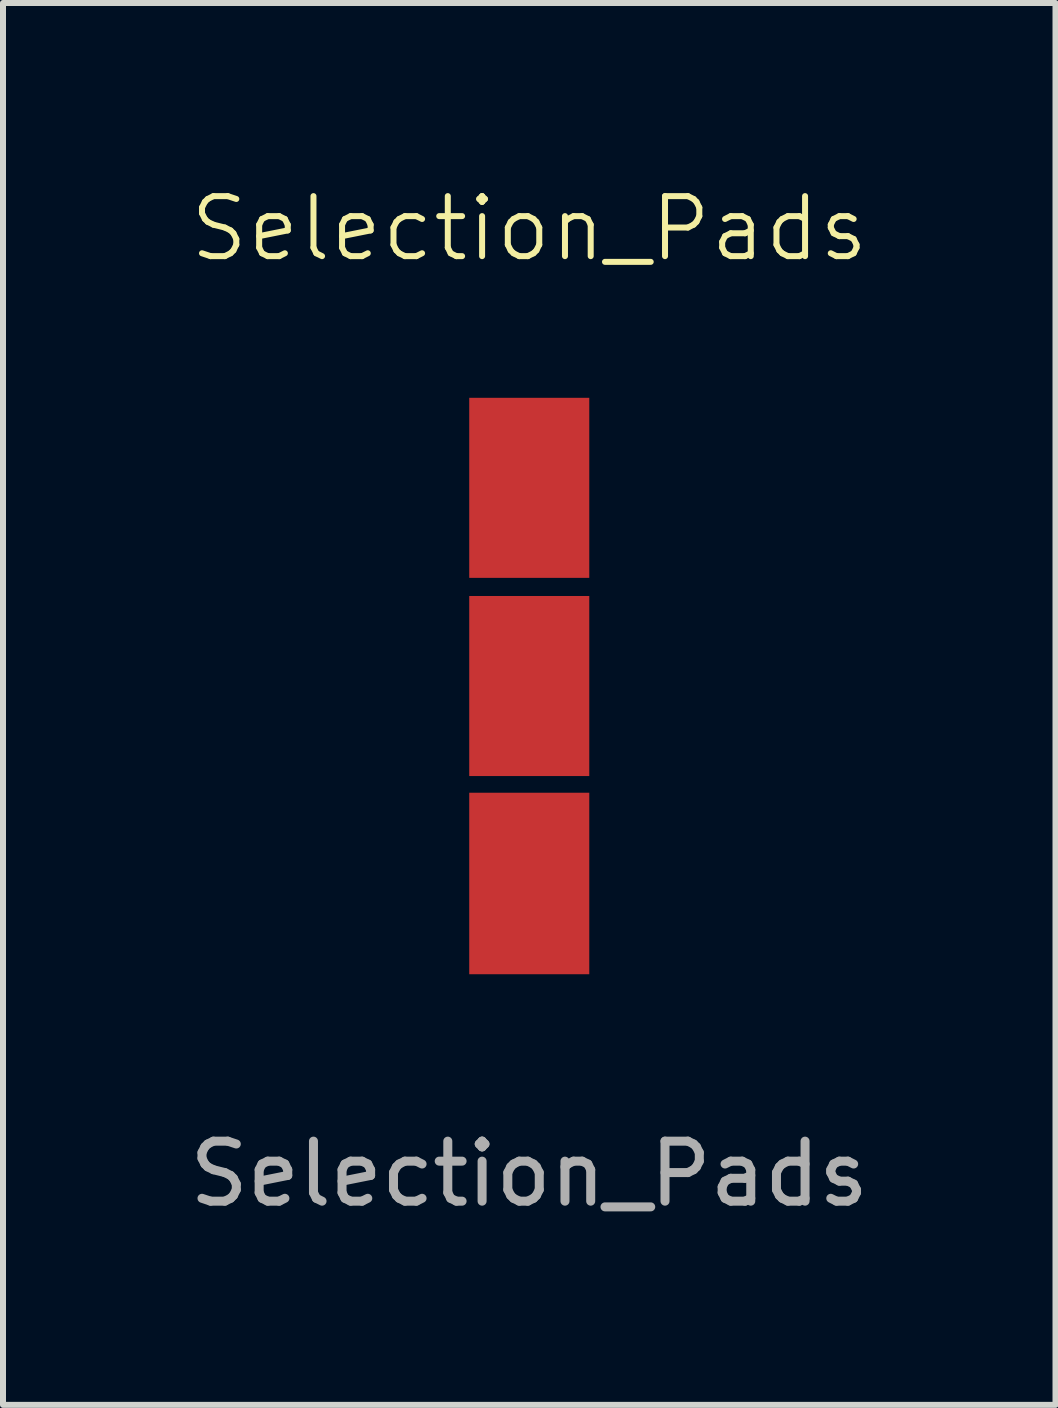
<source format=kicad_pcb>
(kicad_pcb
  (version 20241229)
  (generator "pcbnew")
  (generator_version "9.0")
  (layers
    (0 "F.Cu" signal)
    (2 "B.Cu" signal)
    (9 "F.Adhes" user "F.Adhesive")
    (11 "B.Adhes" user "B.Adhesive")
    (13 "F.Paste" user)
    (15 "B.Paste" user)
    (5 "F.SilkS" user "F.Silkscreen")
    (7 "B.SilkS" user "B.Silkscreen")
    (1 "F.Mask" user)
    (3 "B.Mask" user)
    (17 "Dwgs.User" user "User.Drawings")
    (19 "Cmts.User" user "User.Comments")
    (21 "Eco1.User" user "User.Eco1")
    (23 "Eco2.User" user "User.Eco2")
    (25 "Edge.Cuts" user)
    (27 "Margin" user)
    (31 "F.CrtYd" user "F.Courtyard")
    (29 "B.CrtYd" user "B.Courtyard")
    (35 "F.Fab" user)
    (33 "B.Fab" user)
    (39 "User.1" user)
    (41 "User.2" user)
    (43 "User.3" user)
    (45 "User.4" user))
  (footprint "Selection_Pads"
    (layer "F.Cu")
    (at 5.768 8.38)
    (property "Reference" "Selection_Pads" (at 0 -7.62 0) (unlocked yes) (layer "F.SilkS") (effects (font (size 1 1) (thickness 0.1))))
    (attr smd)
    (fp_text user "${REFERENCE}" (at 0 8.128 0) (unlocked yes) (layer "F.Fab") (effects (font (size 1 1) (thickness 0.15))))
    (pad "1" smd rect (at 0 -3.302 90) (size 3 2) (layers "F.Cu" "F.Mask" "F.Paste"))
    (pad "2" smd rect (at 0 0 90) (size 3 2) (layers "F.Cu" "F.Mask" "F.Paste"))
    (pad "3" smd rect (at 0 3.29 90) (size 3.024 2) (layers "F.Cu" "F.Mask" "F.Paste")))
  (gr_rect
    (start -3 -3)
    (end 14.536 20.357)
    (stroke (width 0.1) (type default))
    (fill no)
    (layer "Edge.Cuts")))
</source>
